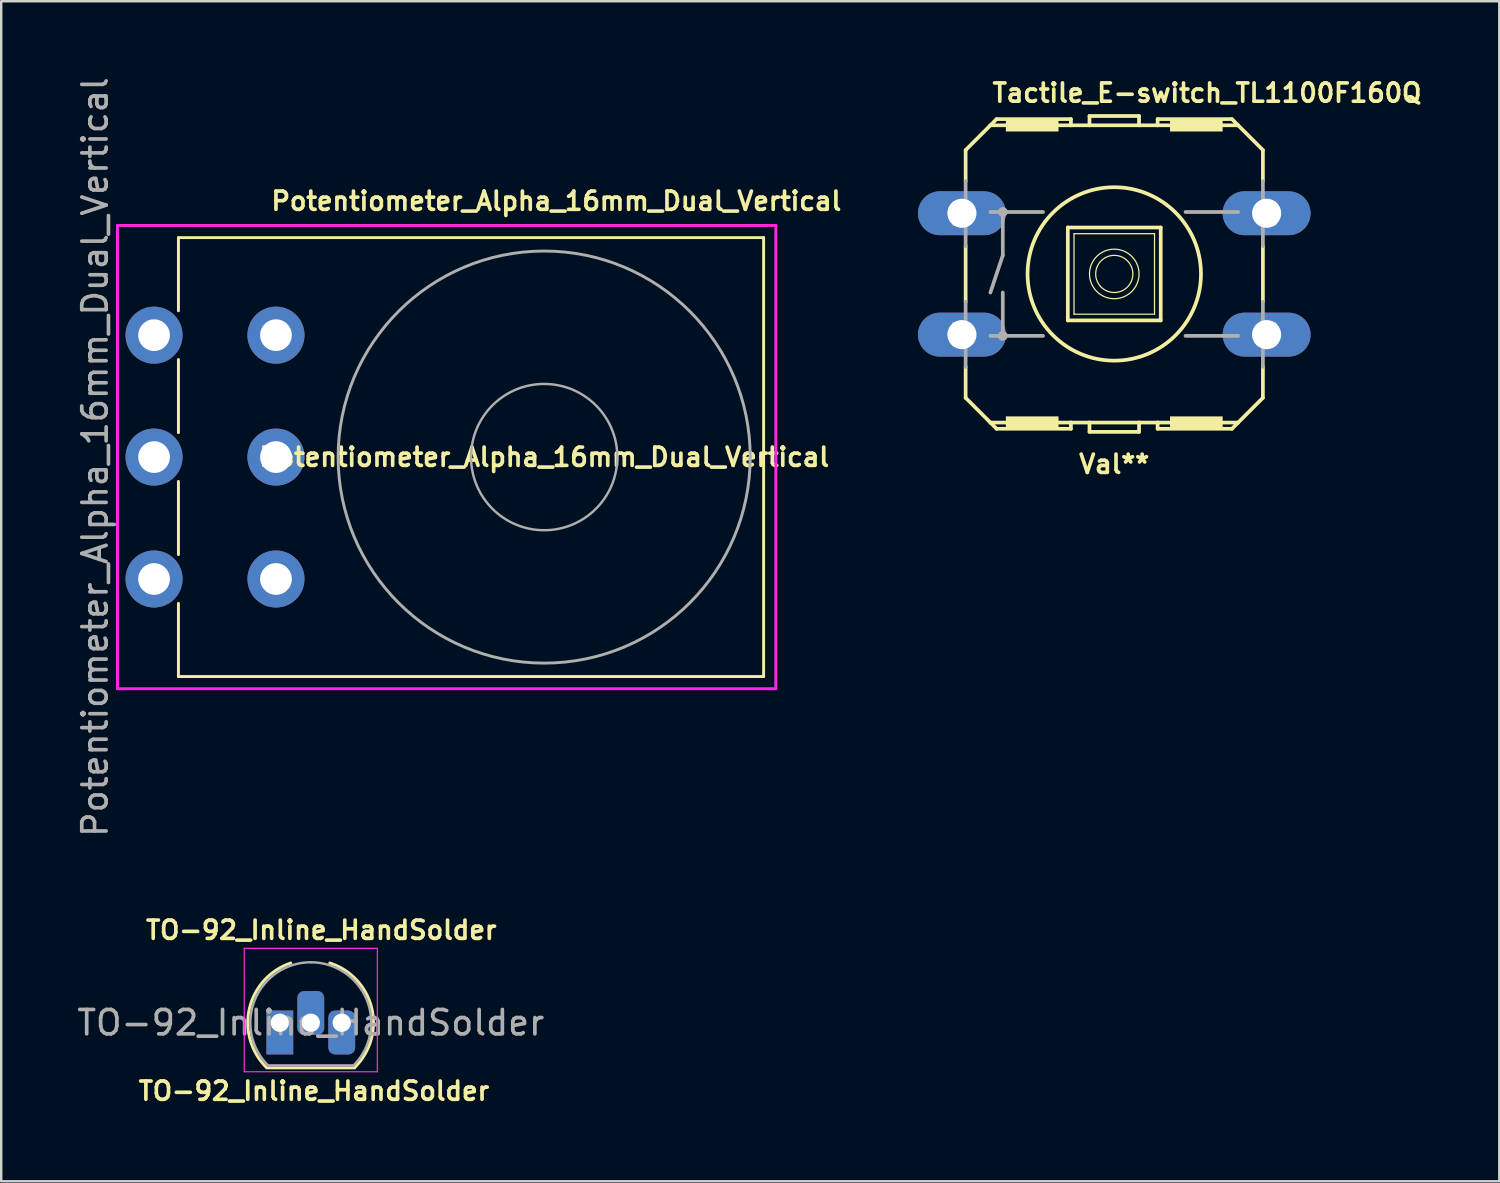
<source format=kicad_pcb>
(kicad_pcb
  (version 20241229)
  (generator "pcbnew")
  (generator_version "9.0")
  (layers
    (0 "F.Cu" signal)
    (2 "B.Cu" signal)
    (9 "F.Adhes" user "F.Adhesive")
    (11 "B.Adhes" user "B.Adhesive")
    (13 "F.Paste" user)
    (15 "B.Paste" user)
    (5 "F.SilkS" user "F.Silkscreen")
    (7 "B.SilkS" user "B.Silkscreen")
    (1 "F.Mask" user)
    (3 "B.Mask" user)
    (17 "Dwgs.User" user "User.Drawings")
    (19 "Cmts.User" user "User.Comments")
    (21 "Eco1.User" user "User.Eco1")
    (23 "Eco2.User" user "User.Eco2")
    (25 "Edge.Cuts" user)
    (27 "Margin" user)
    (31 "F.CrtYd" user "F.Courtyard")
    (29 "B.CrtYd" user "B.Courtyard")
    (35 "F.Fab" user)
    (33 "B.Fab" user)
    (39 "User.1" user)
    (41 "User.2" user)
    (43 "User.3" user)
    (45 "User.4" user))
  (footprint "Potentiometer_Alpha_16mm_Dual_Vertical"
    (layer "F.Cu")
    (at 19.268 15.696)
    (property "Reference" "Potentiometer_Alpha_16mm_Dual_Vertical" (at 0.5 -10.5 0) (layer "F.SilkS") (effects (font (size 0.75 0.75) (thickness 0.15))))
    (property "Value" "Potentiometer_Alpha_16mm_Dual_Vertical" (at 1.08 10.5 0) (layer "F.Fab") (hide yes) (effects (font (size 1 1) (thickness 0.15))))
    (attr through_hole)
    (fp_line (start -15 -9) (end 9 -9) (stroke (width 0.12) (type solid)) (layer "F.SilkS"))
    (fp_line (start -15 -6) (end -15 -9) (stroke (width 0.12) (type solid)) (layer "F.SilkS"))
    (fp_line (start -15 -1) (end -15 -4) (stroke (width 0.12) (type solid)) (layer "F.SilkS"))
    (fp_line (start -15 4) (end -15 1) (stroke (width 0.12) (type solid)) (layer "F.SilkS"))
    (fp_line (start -15 9) (end -15 6) (stroke (width 0.12) (type solid)) (layer "F.SilkS"))
    (fp_line (start 9 -9) (end 9 9) (stroke (width 0.12) (type solid)) (layer "F.SilkS"))
    (fp_line (start 9 9) (end -15 9) (stroke (width 0.12) (type solid)) (layer "F.SilkS"))
    (fp_line (start -17.5 -9.5) (end 9.5 -9.5) (stroke (width 0.12) (type solid)) (layer "F.CrtYd"))
    (fp_line (start -17.5 9.5) (end -17.5 -9.5) (stroke (width 0.12) (type solid)) (layer "F.CrtYd"))
    (fp_line (start 9.5 -9.5) (end 9.5 9.5) (stroke (width 0.12) (type solid)) (layer "F.CrtYd"))
    (fp_line (start 9.5 9.5) (end -17.5 9.5) (stroke (width 0.12) (type solid)) (layer "F.CrtYd"))
    (fp_circle (center 0 0) (end 3 0) (stroke (width 0.1) (type solid)) (fill no) (layer "F.Fab"))
    (fp_circle (center 0 0) (end 8.45 0) (stroke (width 0.12) (type solid)) (fill no) (layer "F.Fab"))
    (fp_text user "${VALUE}" (at 0 0 0) (layer "F.SilkS") (effects (font (size 0.75 0.75) (thickness 0.15))))
    (fp_text user "${REFERENCE}" (at -18.42 0 90) (layer "F.Fab") (effects (font (size 1 1) (thickness 0.15))))
    (pad "1" thru_hole circle (at -16 -5) (size 2.34 2.34) (drill 1.3) (layers "*.Cu" "*.Mask"))
    (pad "2" thru_hole circle (at -16 0) (size 2.34 2.34) (drill 1.3) (layers "*.Cu" "*.Mask"))
    (pad "3" thru_hole circle (at -16 5) (size 2.34 2.34) (drill 1.3) (layers "*.Cu" "*.Mask"))
    (pad "4" thru_hole circle (at -11 -5) (size 2.34 2.34) (drill 1.3) (layers "*.Cu" "*.Mask"))
    (pad "5" thru_hole circle (at -11 0) (size 2.34 2.34) (drill 1.3) (layers "*.Cu" "*.Mask"))
    (pad "6" thru_hole circle (at -11 5) (size 2.34 2.34) (drill 1.3) (layers "*.Cu" "*.Mask")))
  (footprint "Tactile_E-switch_TL1100F160Q"
    (layer "F.Cu")
    (at 42.649 8.185)
    (property "Reference" "Tactile_E-switch_TL1100F160Q" (at -5.08 -6.985 0) (layer "F.SilkS") (effects (font (size 0.75 0.75) (thickness 0.15)) (justify left bottom)))
    (property "Value" "Val**" (at -3.175 5.08 0) (layer "F.Fab") (hide yes) (effects (font (size 1 1) (thickness 0.15)) (justify left bottom)))
    (attr through_hole)
    (fp_line (start -6.096 -5.08) (end -6.096 -3.81) (stroke (width 0.152) (type solid)) (layer "F.SilkS"))
    (fp_line (start -6.096 -1.143) (end -6.096 1.143) (stroke (width 0.152) (type solid)) (layer "F.SilkS"))
    (fp_line (start -6.096 3.81) (end -6.096 5.08) (stroke (width 0.152) (type solid)) (layer "F.SilkS"))
    (fp_line (start -6.096 5.08) (end -5.08 6.096) (stroke (width 0.152) (type solid)) (layer "F.SilkS"))
    (fp_line (start -5.08 -6.096) (end -6.096 -5.08) (stroke (width 0.152) (type solid)) (layer "F.SilkS"))
    (fp_line (start -5.08 -6.096) (end -4.826 -6.35) (stroke (width 0.152) (type solid)) (layer "F.SilkS"))
    (fp_line (start -5.08 -6.096) (end -1.778 -6.096) (stroke (width 0.152) (type solid)) (layer "F.SilkS"))
    (fp_line (start -5.08 6.096) (end -1.778 6.096) (stroke (width 0.152) (type solid)) (layer "F.SilkS"))
    (fp_line (start -4.826 6.35) (end -5.08 6.096) (stroke (width 0.152) (type solid)) (layer "F.SilkS"))
    (fp_line (start -1.905 -1.905) (end -1.905 1.905) (stroke (width 0.152) (type solid)) (layer "F.SilkS"))
    (fp_line (start -1.905 -1.905) (end 1.905 -1.905) (stroke (width 0.152) (type solid)) (layer "F.SilkS"))
    (fp_line (start -1.778 -6.35) (end -4.826 -6.35) (stroke (width 0.152) (type solid)) (layer "F.SilkS"))
    (fp_line (start -1.778 -6.35) (end -1.778 -6.096) (stroke (width 0.152) (type solid)) (layer "F.SilkS"))
    (fp_line (start -1.778 -6.096) (end -1.016 -6.096) (stroke (width 0.152) (type solid)) (layer "F.SilkS"))
    (fp_line (start -1.778 6.096) (end -1.778 6.35) (stroke (width 0.152) (type solid)) (layer "F.SilkS"))
    (fp_line (start -1.778 6.096) (end -1.016 6.096) (stroke (width 0.152) (type solid)) (layer "F.SilkS"))
    (fp_line (start -1.778 6.35) (end -4.826 6.35) (stroke (width 0.152) (type solid)) (layer "F.SilkS"))
    (fp_line (start -1.651 -1.651) (end -1.651 1.651) (stroke (width 0.051) (type solid)) (layer "F.SilkS"))
    (fp_line (start -1.651 -1.651) (end 1.651 -1.651) (stroke (width 0.051) (type solid)) (layer "F.SilkS"))
    (fp_line (start -1.016 -6.477) (end 1.016 -6.477) (stroke (width 0.152) (type solid)) (layer "F.SilkS"))
    (fp_line (start -1.016 -6.096) (end -1.016 -6.477) (stroke (width 0.152) (type solid)) (layer "F.SilkS"))
    (fp_line (start -1.016 -6.096) (end 1.016 -6.096) (stroke (width 0.152) (type solid)) (layer "F.SilkS"))
    (fp_line (start -1.016 6.096) (end 1.016 6.096) (stroke (width 0.152) (type solid)) (layer "F.SilkS"))
    (fp_line (start -1.016 6.477) (end -1.016 6.096) (stroke (width 0.152) (type solid)) (layer "F.SilkS"))
    (fp_line (start -1.016 6.477) (end 1.016 6.477) (stroke (width 0.152) (type solid)) (layer "F.SilkS"))
    (fp_line (start 1.016 -6.477) (end 1.016 -6.096) (stroke (width 0.152) (type solid)) (layer "F.SilkS"))
    (fp_line (start 1.016 6.096) (end 1.016 6.477) (stroke (width 0.152) (type solid)) (layer "F.SilkS"))
    (fp_line (start 1.016 6.096) (end 1.778 6.096) (stroke (width 0.152) (type solid)) (layer "F.SilkS"))
    (fp_line (start 1.651 1.651) (end -1.651 1.651) (stroke (width 0.051) (type solid)) (layer "F.SilkS"))
    (fp_line (start 1.651 1.651) (end 1.651 -1.651) (stroke (width 0.051) (type solid)) (layer "F.SilkS"))
    (fp_line (start 1.778 -6.35) (end 1.778 -6.096) (stroke (width 0.152) (type solid)) (layer "F.SilkS"))
    (fp_line (start 1.778 -6.096) (end 1.016 -6.096) (stroke (width 0.152) (type solid)) (layer "F.SilkS"))
    (fp_line (start 1.778 6.096) (end 1.778 6.35) (stroke (width 0.152) (type solid)) (layer "F.SilkS"))
    (fp_line (start 1.778 6.096) (end 5.08 6.096) (stroke (width 0.152) (type solid)) (layer "F.SilkS"))
    (fp_line (start 1.905 1.905) (end -1.905 1.905) (stroke (width 0.152) (type solid)) (layer "F.SilkS"))
    (fp_line (start 1.905 1.905) (end 1.905 -1.905) (stroke (width 0.152) (type solid)) (layer "F.SilkS"))
    (fp_line (start 4.826 -6.35) (end 1.778 -6.35) (stroke (width 0.152) (type solid)) (layer "F.SilkS"))
    (fp_line (start 4.826 6.35) (end 1.778 6.35) (stroke (width 0.152) (type solid)) (layer "F.SilkS"))
    (fp_line (start 5.08 -6.096) (end 1.778 -6.096) (stroke (width 0.152) (type solid)) (layer "F.SilkS"))
    (fp_line (start 5.08 -6.096) (end 4.826 -6.35) (stroke (width 0.152) (type solid)) (layer "F.SilkS"))
    (fp_line (start 5.08 6.096) (end 4.826 6.35) (stroke (width 0.152) (type solid)) (layer "F.SilkS"))
    (fp_line (start 5.08 6.096) (end 6.096 5.08) (stroke (width 0.152) (type solid)) (layer "F.SilkS"))
    (fp_line (start 6.096 -5.08) (end 5.08 -6.096) (stroke (width 0.152) (type solid)) (layer "F.SilkS"))
    (fp_line (start 6.096 -5.08) (end 6.096 -3.81) (stroke (width 0.152) (type solid)) (layer "F.SilkS"))
    (fp_line (start 6.096 -1.143) (end 6.096 1.143) (stroke (width 0.152) (type solid)) (layer "F.SilkS"))
    (fp_line (start 6.096 5.08) (end 6.096 3.81) (stroke (width 0.152) (type solid)) (layer "F.SilkS"))
    (fp_circle (center 0 0) (end 0.762 0) (stroke (width 0.051) (type solid)) (fill no) (layer "F.SilkS"))
    (fp_circle (center 0 0) (end 1.016 0) (stroke (width 0.051) (type solid)) (fill no) (layer "F.SilkS"))
    (fp_circle (center 0 0) (end 3.556 0) (stroke (width 0.152) (type solid)) (fill no) (layer "F.SilkS"))
    (fp_poly (pts (xy -4.445 -5.842) (xy -2.286 -5.842) (xy -2.286 -6.35) (xy -4.445 -6.35)) (stroke (width 0) (type solid)) (fill yes) (layer "F.SilkS"))
    (fp_poly (pts (xy -4.445 6.35) (xy -2.286 6.35) (xy -2.286 5.842) (xy -4.445 5.842)) (stroke (width 0) (type solid)) (fill yes) (layer "F.SilkS"))
    (fp_poly (pts (xy 2.286 -5.842) (xy 4.445 -5.842) (xy 4.445 -6.35) (xy 2.286 -6.35)) (stroke (width 0) (type solid)) (fill yes) (layer "F.SilkS"))
    (fp_poly (pts (xy 2.286 6.35) (xy 4.445 6.35) (xy 4.445 5.842) (xy 2.286 5.842)) (stroke (width 0) (type solid)) (fill yes) (layer "F.SilkS"))
    (fp_line (start -6.096 -1.143) (end -6.096 -3.81) (stroke (width 0.152) (type solid)) (layer "F.Fab"))
    (fp_line (start -6.096 3.81) (end -6.096 1.143) (stroke (width 0.152) (type solid)) (layer "F.Fab"))
    (fp_line (start -5.08 -2.54) (end -4.572 -2.54) (stroke (width 0.152) (type solid)) (layer "F.Fab"))
    (fp_line (start -5.08 2.54) (end -4.572 2.54) (stroke (width 0.152) (type solid)) (layer "F.Fab"))
    (fp_line (start -4.572 -2.54) (end -4.572 -0.762) (stroke (width 0.152) (type solid)) (layer "F.Fab"))
    (fp_line (start -4.572 -2.54) (end -2.921 -2.54) (stroke (width 0.152) (type solid)) (layer "F.Fab"))
    (fp_line (start -4.572 -0.762) (end -5.08 0.762) (stroke (width 0.152) (type solid)) (layer "F.Fab"))
    (fp_line (start -4.572 0.762) (end -4.572 2.54) (stroke (width 0.152) (type solid)) (layer "F.Fab"))
    (fp_line (start -4.572 2.54) (end -2.921 2.54) (stroke (width 0.152) (type solid)) (layer "F.Fab"))
    (fp_line (start 2.921 -2.54) (end 5.08 -2.54) (stroke (width 0.152) (type solid)) (layer "F.Fab"))
    (fp_line (start 2.921 2.54) (end 5.08 2.54) (stroke (width 0.152) (type solid)) (layer "F.Fab"))
    (fp_line (start 6.096 -1.143) (end 6.096 -3.81) (stroke (width 0.152) (type solid)) (layer "F.Fab"))
    (fp_line (start 6.096 3.81) (end 6.096 1.143) (stroke (width 0.152) (type solid)) (layer "F.Fab"))
    (fp_circle (center -4.572 -2.54) (end -4.445 -2.54) (stroke (width 0.152) (type solid)) (fill no) (layer "F.Fab"))
    (fp_circle (center -4.572 2.54) (end -4.445 2.54) (stroke (width 0.152) (type solid)) (fill no) (layer "F.Fab"))
    (fp_poly (pts (xy -6.604 -2.032) (xy -6.096 -2.032) (xy -6.096 -2.921) (xy -6.604 -2.921)) (stroke (width 0.1) (type solid)) (fill no) (layer "F.Fab"))
    (fp_poly (pts (xy -6.604 2.921) (xy -6.096 2.921) (xy -6.096 2.032) (xy -6.604 2.032)) (stroke (width 0.1) (type solid)) (fill no) (layer "F.Fab"))
    (fp_poly (pts (xy 6.096 -2.032) (xy 6.604 -2.032) (xy 6.604 -2.921) (xy 6.096 -2.921)) (stroke (width 0.1) (type solid)) (fill no) (layer "F.Fab"))
    (fp_poly (pts (xy 6.096 2.921) (xy 6.604 2.921) (xy 6.604 2.032) (xy 6.096 2.032)) (stroke (width 0.1) (type solid)) (fill no) (layer "F.Fab"))
    (fp_text user "${VALUE}" (at 0 7.8 0) (layer "F.SilkS") (effects (font (size 0.75 0.75) (thickness 0.15))))
    (pad "1" thru_hole oval (at -6.248 -2.489) (size 3.607 1.803) (drill 1.194) (layers "*.Cu" "*.Mask"))
    (pad "1" thru_hole oval (at 6.248 -2.489) (size 3.607 1.803) (drill 1.194) (layers "*.Cu" "*.Mask"))
    (pad "2" thru_hole oval (at -6.248 2.489) (size 3.607 1.803) (drill 1.194) (layers "*.Cu" "*.Mask"))
    (pad "2" thru_hole oval (at 6.248 2.489) (size 3.607 1.803) (drill 1.194) (layers "*.Cu" "*.Mask")))
  (footprint "TO-92_Inline_HandSolder"
    (layer "F.Cu")
    (at 8.426 38.895)
    (property "Reference" "TO-92_Inline_HandSolder" (at 1.7 -3.8 0) (layer "F.SilkS") (effects (font (size 0.75 0.75) (thickness 0.15))))
    (property "Value" "TO-92_Inline_HandSolder" (at 1.27 2.79 0) (layer "F.Fab") (hide yes) (effects (font (size 1 1) (thickness 0.15))))
    (attr through_hole)
    (fp_line (start -0.53 1.85) (end 3.07 1.85) (stroke (width 0.12) (type solid)) (layer "F.SilkS"))
    (fp_arc (start -0.541875 1.841741) (mid -1.247231 -0.581764) (end 0.45 -2.45) (stroke (width 0.12) (type solid)) (layer "F.SilkS"))
    (fp_arc (start 2.05 -2.45) (mid 3.769931 -0.601036) (end 3.078445 1.827684) (stroke (width 0.12) (type solid)) (layer "F.SilkS"))
    (fp_line (start -1.46 -3.05) (end -1.46 2.01) (stroke (width 0.05) (type solid)) (layer "F.CrtYd"))
    (fp_line (start -1.46 -3.05) (end 4 -3.05) (stroke (width 0.05) (type solid)) (layer "F.CrtYd"))
    (fp_line (start 4 2.01) (end -1.46 2.01) (stroke (width 0.05) (type solid)) (layer "F.CrtYd"))
    (fp_line (start 4 2.01) (end 4 -3.05) (stroke (width 0.05) (type solid)) (layer "F.CrtYd"))
    (fp_line (start -0.5 1.75) (end 3 1.75) (stroke (width 0.1) (type solid)) (layer "F.Fab"))
    (fp_arc (start -0.483625 1.753625) (mid -1.021221 -0.949055) (end 1.27 -2.48) (stroke (width 0.1) (type solid)) (layer "F.Fab"))
    (fp_arc (start 1.27 -2.48) (mid 3.561221 -0.949055) (end 3.023625 1.753625) (stroke (width 0.1) (type solid)) (layer "F.Fab"))
    (fp_text user "${VALUE}" (at 1.4 2.8 0) (layer "F.SilkS") (effects (font (size 0.75 0.75) (thickness 0.15))))
    (fp_text user "${REFERENCE}" (at 1.27 0 0) (layer "F.Fab") (effects (font (size 1 1) (thickness 0.15))))
    (pad "1" thru_hole rect (at 0 0) (size 1.1 1.8) (drill 0.75 (offset 0 0.4)) (layers "*.Cu" "*.Mask"))
    (pad "2" thru_hole roundrect (at 1.27 0) (size 1.1 1.8) (drill 0.75 (offset 0 -0.4)) (layers "*.Cu" "*.Mask") (roundrect_rratio 0.25))
    (pad "3" thru_hole roundrect (at 2.54 0) (size 1.1 1.8) (drill 0.75 (offset 0 0.4)) (layers "*.Cu" "*.Mask") (roundrect_rratio 0.25)))
  (gr_rect
    (start -3 -3)
    (end 58.44 45.397)
    (stroke (width 0.1) (type default))
    (fill no)
    (layer "Edge.Cuts")))
</source>
